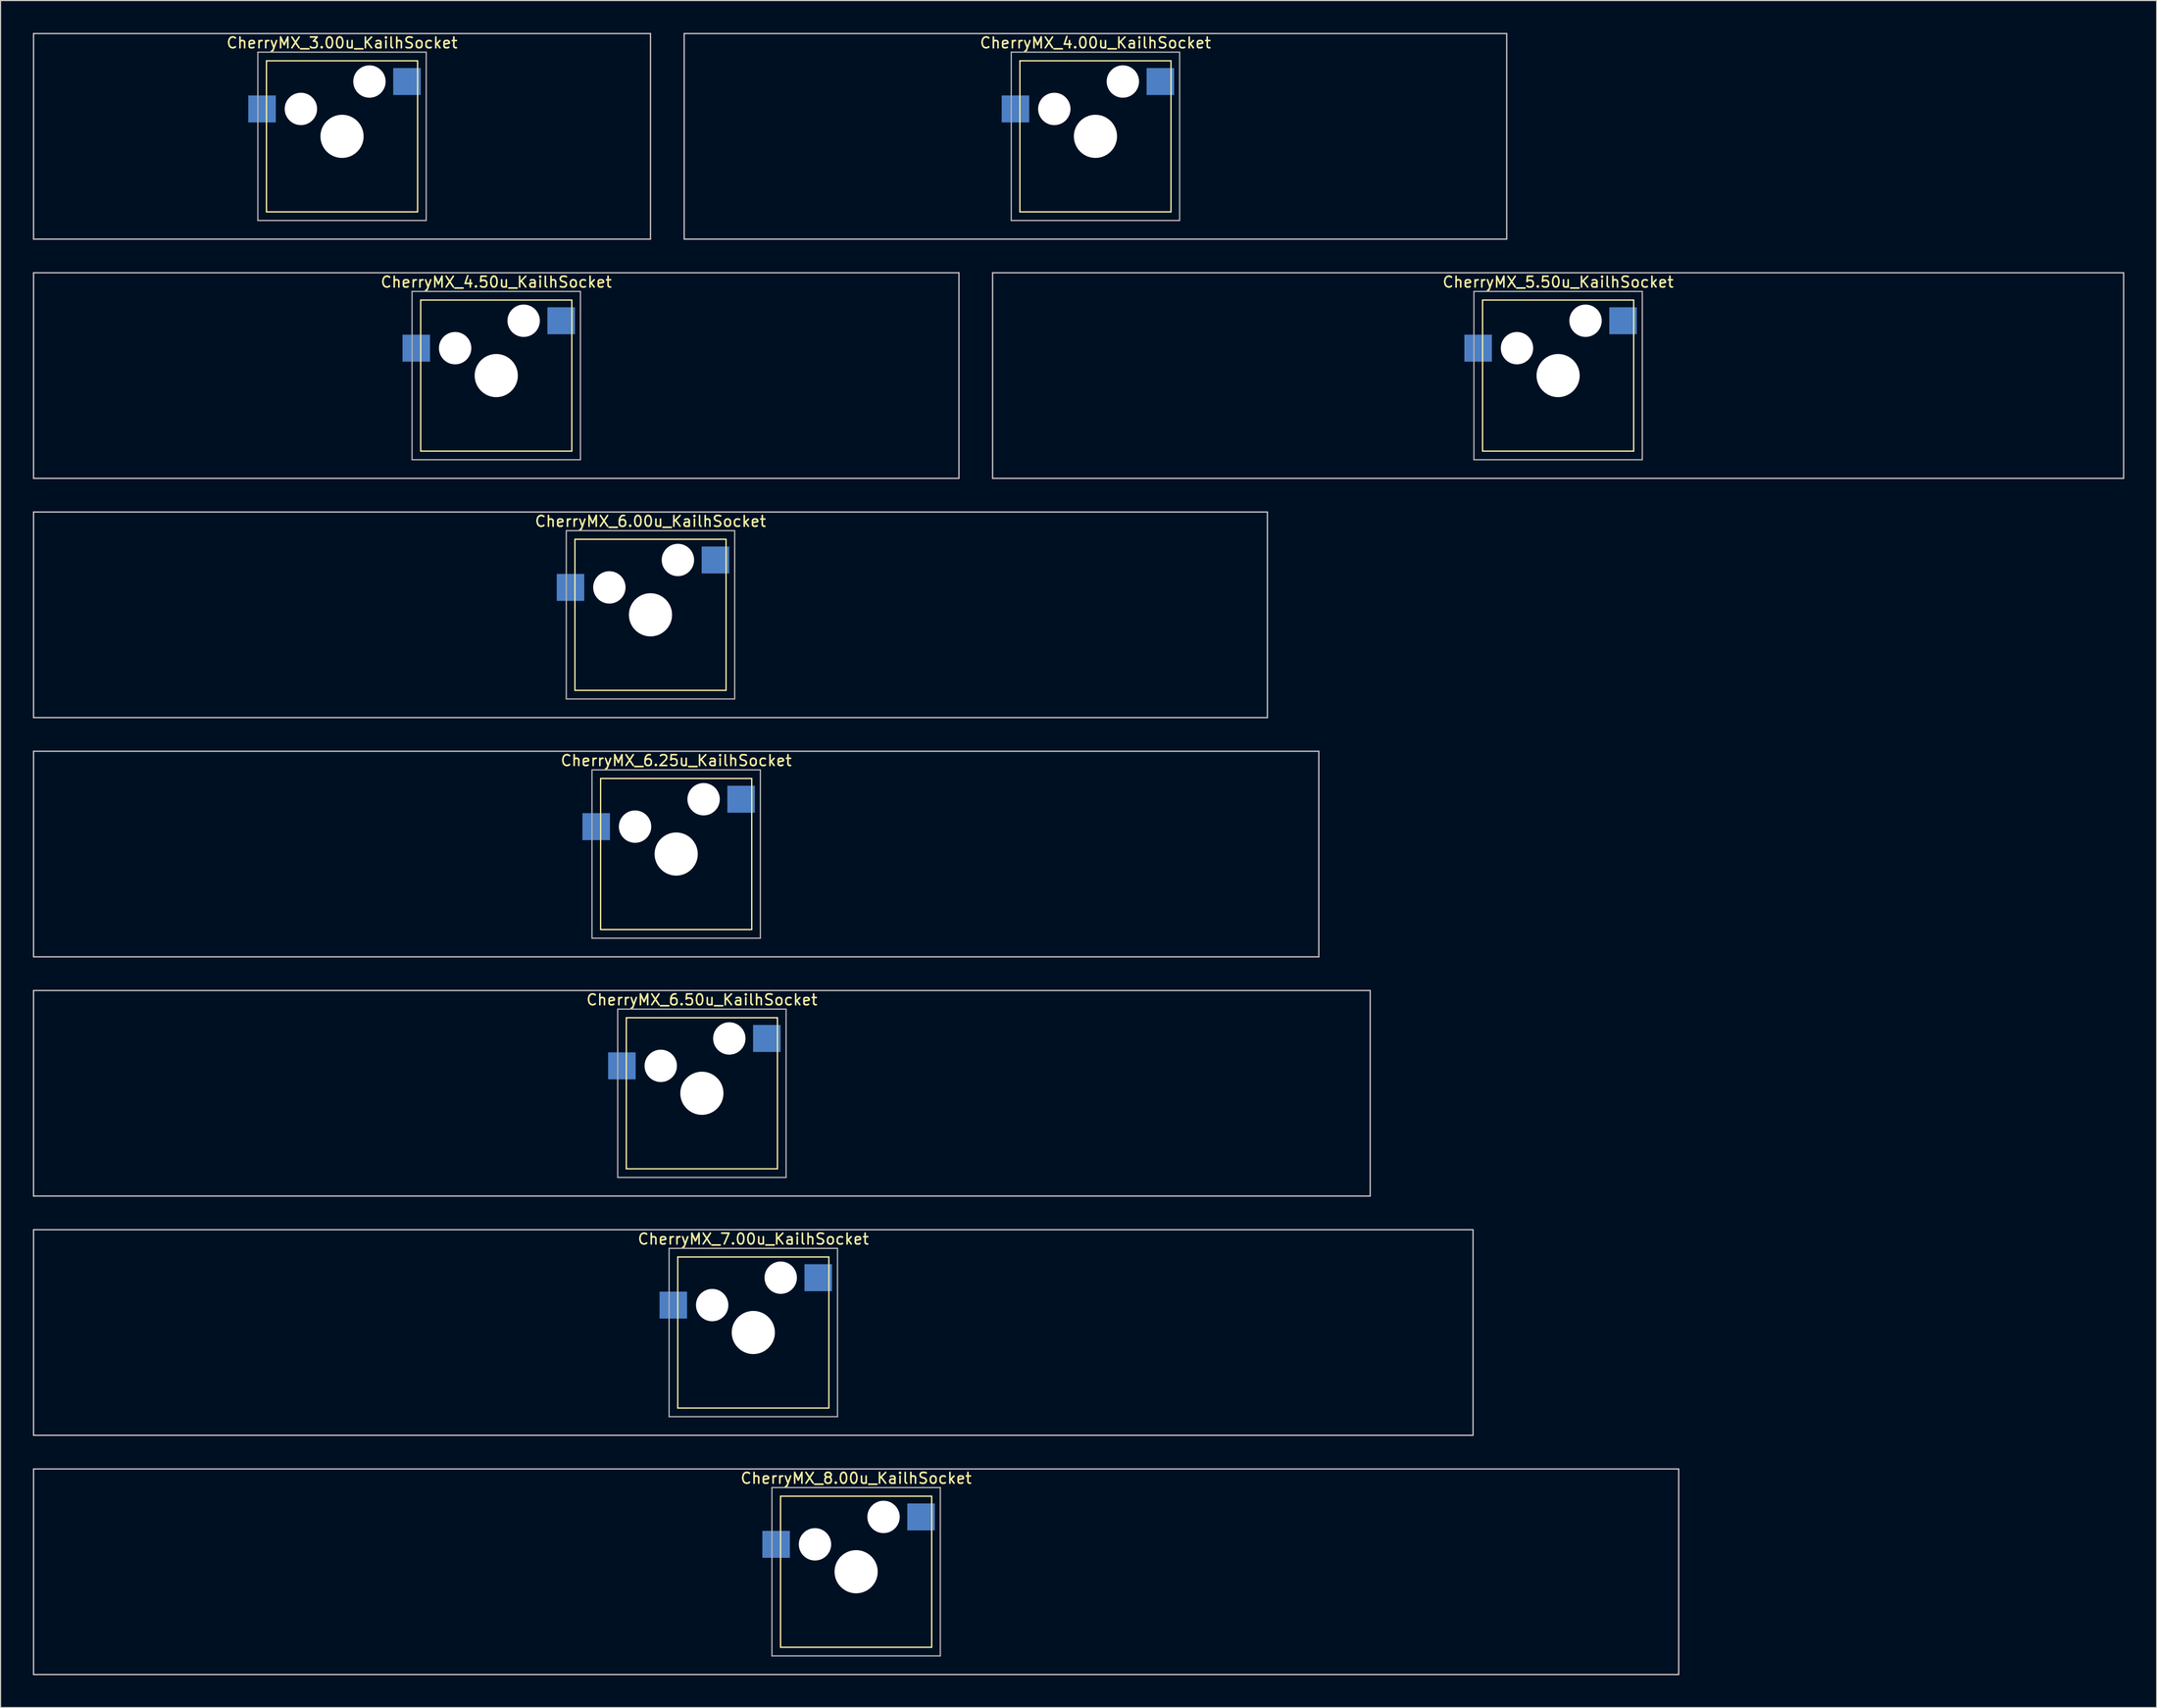
<source format=kicad_pcb>
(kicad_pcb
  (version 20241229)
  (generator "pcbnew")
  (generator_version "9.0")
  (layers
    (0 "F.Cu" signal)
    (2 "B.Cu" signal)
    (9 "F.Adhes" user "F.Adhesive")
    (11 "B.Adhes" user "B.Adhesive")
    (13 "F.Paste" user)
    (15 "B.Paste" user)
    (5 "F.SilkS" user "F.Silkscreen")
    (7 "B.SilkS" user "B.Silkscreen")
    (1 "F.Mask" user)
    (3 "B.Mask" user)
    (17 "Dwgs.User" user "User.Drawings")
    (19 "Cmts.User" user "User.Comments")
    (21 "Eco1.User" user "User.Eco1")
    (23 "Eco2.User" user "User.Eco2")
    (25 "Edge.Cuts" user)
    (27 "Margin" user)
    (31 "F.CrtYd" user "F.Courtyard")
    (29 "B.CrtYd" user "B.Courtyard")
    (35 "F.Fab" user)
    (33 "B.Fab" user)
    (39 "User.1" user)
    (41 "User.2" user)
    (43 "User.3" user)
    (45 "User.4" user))
  (footprint "CherryMX_4.00u_KailhSocket"
    (layer "F.Cu")
    (at 98.43 9.585)
    (property "Reference" "CherryMX_4.00u_KailhSocket" (at 0 -8.662 0) (layer "F.SilkS") (effects (font (size 1 1) (thickness 0.15))))
    (attr through_hole)
    (fp_line (start -7 -7) (end -7 7) (stroke (width 0.12) (type solid)) (layer "F.SilkS"))
    (fp_line (start -7 -7) (end 7 -7) (stroke (width 0.12) (type solid)) (layer "F.SilkS"))
    (fp_line (start 7 -7) (end 7 7) (stroke (width 0.12) (type solid)) (layer "F.SilkS"))
    (fp_line (start 7 7) (end -7 7) (stroke (width 0.12) (type solid)) (layer "F.SilkS"))
    (fp_line (start -38.1 -9.525) (end 38.1 -9.525) (stroke (width 0.12) (type solid)) (layer "Dwgs.User"))
    (fp_line (start -38.1 9.525) (end -38.1 -9.525) (stroke (width 0.12) (type solid)) (layer "Dwgs.User"))
    (fp_line (start 38.1 -9.525) (end 38.1 9.525) (stroke (width 0.12) (type solid)) (layer "Dwgs.User"))
    (fp_line (start 38.1 9.525) (end -38.1 9.525) (stroke (width 0.12) (type solid)) (layer "Dwgs.User"))
    (fp_line (start -7.8 -7.8) (end -7.8 7.8) (stroke (width 0.12) (type solid)) (layer "F.Fab"))
    (fp_line (start -7.8 -7.8) (end 7.8 -7.8) (stroke (width 0.12) (type solid)) (layer "F.Fab"))
    (fp_line (start -7.8 7.8) (end 7.8 7.8) (stroke (width 0.12) (type solid)) (layer "F.Fab"))
    (fp_line (start 7.8 -7.8) (end 7.8 7.8) (stroke (width 0.12) (type solid)) (layer "F.Fab"))
    (pad "" np_thru_hole circle (at -3.81 -2.54) (size 3 3) (drill 3) (layers "*.Cu" "*.Mask"))
    (pad "" np_thru_hole circle (at 0 0) (size 4 4) (drill 4) (layers "*.Cu" "*.Mask"))
    (pad "" np_thru_hole circle (at 2.54 -5.08) (size 3 3) (drill 3) (layers "*.Cu" "*.Mask"))
    (pad "1" smd rect (at -7.41 -2.54) (size 2.55 2.5) (layers "B.Cu" "B.Mask" "B.Paste"))
    (pad "2" smd rect (at 6.015 -5.08) (size 2.55 2.5) (layers "B.Cu" "B.Mask" "B.Paste")))
  (footprint "CherryMX_3.00u_KailhSocket"
    (layer "F.Cu")
    (at 28.635 9.585)
    (property "Reference" "CherryMX_3.00u_KailhSocket" (at 0 -8.662 0) (layer "F.SilkS") (effects (font (size 1 1) (thickness 0.15))))
    (attr through_hole)
    (fp_line (start -7 -7) (end -7 7) (stroke (width 0.12) (type solid)) (layer "F.SilkS"))
    (fp_line (start -7 -7) (end 7 -7) (stroke (width 0.12) (type solid)) (layer "F.SilkS"))
    (fp_line (start 7 -7) (end 7 7) (stroke (width 0.12) (type solid)) (layer "F.SilkS"))
    (fp_line (start 7 7) (end -7 7) (stroke (width 0.12) (type solid)) (layer "F.SilkS"))
    (fp_line (start -28.575 -9.525) (end 28.575 -9.525) (stroke (width 0.12) (type solid)) (layer "Dwgs.User"))
    (fp_line (start -28.575 9.525) (end -28.575 -9.525) (stroke (width 0.12) (type solid)) (layer "Dwgs.User"))
    (fp_line (start 28.575 -9.525) (end 28.575 9.525) (stroke (width 0.12) (type solid)) (layer "Dwgs.User"))
    (fp_line (start 28.575 9.525) (end -28.575 9.525) (stroke (width 0.12) (type solid)) (layer "Dwgs.User"))
    (fp_line (start -7.8 -7.8) (end -7.8 7.8) (stroke (width 0.12) (type solid)) (layer "F.Fab"))
    (fp_line (start -7.8 -7.8) (end 7.8 -7.8) (stroke (width 0.12) (type solid)) (layer "F.Fab"))
    (fp_line (start -7.8 7.8) (end 7.8 7.8) (stroke (width 0.12) (type solid)) (layer "F.Fab"))
    (fp_line (start 7.8 -7.8) (end 7.8 7.8) (stroke (width 0.12) (type solid)) (layer "F.Fab"))
    (pad "" np_thru_hole circle (at -3.81 -2.54) (size 3 3) (drill 3) (layers "*.Cu" "*.Mask"))
    (pad "" np_thru_hole circle (at 0 0) (size 4 4) (drill 4) (layers "*.Cu" "*.Mask"))
    (pad "" np_thru_hole circle (at 2.54 -5.08) (size 3 3) (drill 3) (layers "*.Cu" "*.Mask"))
    (pad "1" smd rect (at -7.41 -2.54) (size 2.55 2.5) (layers "B.Cu" "B.Mask" "B.Paste"))
    (pad "2" smd rect (at 6.015 -5.08) (size 2.55 2.5) (layers "B.Cu" "B.Mask" "B.Paste")))
  (footprint "CherryMX_4.50u_KailhSocket"
    (layer "F.Cu")
    (at 42.922 31.755)
    (property "Reference" "CherryMX_4.50u_KailhSocket" (at 0 -8.662 0) (layer "F.SilkS") (effects (font (size 1 1) (thickness 0.15))))
    (attr through_hole)
    (fp_line (start -7 -7) (end -7 7) (stroke (width 0.12) (type solid)) (layer "F.SilkS"))
    (fp_line (start -7 -7) (end 7 -7) (stroke (width 0.12) (type solid)) (layer "F.SilkS"))
    (fp_line (start 7 -7) (end 7 7) (stroke (width 0.12) (type solid)) (layer "F.SilkS"))
    (fp_line (start 7 7) (end -7 7) (stroke (width 0.12) (type solid)) (layer "F.SilkS"))
    (fp_line (start -42.862 -9.525) (end 42.862 -9.525) (stroke (width 0.12) (type solid)) (layer "Dwgs.User"))
    (fp_line (start -42.862 9.525) (end -42.862 -9.525) (stroke (width 0.12) (type solid)) (layer "Dwgs.User"))
    (fp_line (start 42.862 -9.525) (end 42.862 9.525) (stroke (width 0.12) (type solid)) (layer "Dwgs.User"))
    (fp_line (start 42.862 9.525) (end -42.862 9.525) (stroke (width 0.12) (type solid)) (layer "Dwgs.User"))
    (fp_line (start -7.8 -7.8) (end -7.8 7.8) (stroke (width 0.12) (type solid)) (layer "F.Fab"))
    (fp_line (start -7.8 -7.8) (end 7.8 -7.8) (stroke (width 0.12) (type solid)) (layer "F.Fab"))
    (fp_line (start -7.8 7.8) (end 7.8 7.8) (stroke (width 0.12) (type solid)) (layer "F.Fab"))
    (fp_line (start 7.8 -7.8) (end 7.8 7.8) (stroke (width 0.12) (type solid)) (layer "F.Fab"))
    (pad "" np_thru_hole circle (at -3.81 -2.54) (size 3 3) (drill 3) (layers "*.Cu" "*.Mask"))
    (pad "" np_thru_hole circle (at 0 0) (size 4 4) (drill 4) (layers "*.Cu" "*.Mask"))
    (pad "" np_thru_hole circle (at 2.54 -5.08) (size 3 3) (drill 3) (layers "*.Cu" "*.Mask"))
    (pad "1" smd rect (at -7.41 -2.54) (size 2.55 2.5) (layers "B.Cu" "B.Mask" "B.Paste"))
    (pad "2" smd rect (at 6.015 -5.08) (size 2.55 2.5) (layers "B.Cu" "B.Mask" "B.Paste")))
  (footprint "CherryMX_5.50u_KailhSocket"
    (layer "F.Cu")
    (at 141.292 31.755)
    (property "Reference" "CherryMX_5.50u_KailhSocket" (at 0 -8.662 0) (layer "F.SilkS") (effects (font (size 1 1) (thickness 0.15))))
    (attr through_hole)
    (fp_line (start -7 -7) (end -7 7) (stroke (width 0.12) (type solid)) (layer "F.SilkS"))
    (fp_line (start -7 -7) (end 7 -7) (stroke (width 0.12) (type solid)) (layer "F.SilkS"))
    (fp_line (start 7 -7) (end 7 7) (stroke (width 0.12) (type solid)) (layer "F.SilkS"))
    (fp_line (start 7 7) (end -7 7) (stroke (width 0.12) (type solid)) (layer "F.SilkS"))
    (fp_line (start -52.388 -9.525) (end 52.388 -9.525) (stroke (width 0.12) (type solid)) (layer "Dwgs.User"))
    (fp_line (start -52.388 9.525) (end -52.388 -9.525) (stroke (width 0.12) (type solid)) (layer "Dwgs.User"))
    (fp_line (start 52.388 -9.525) (end 52.388 9.525) (stroke (width 0.12) (type solid)) (layer "Dwgs.User"))
    (fp_line (start 52.388 9.525) (end -52.388 9.525) (stroke (width 0.12) (type solid)) (layer "Dwgs.User"))
    (fp_line (start -7.8 -7.8) (end -7.8 7.8) (stroke (width 0.12) (type solid)) (layer "F.Fab"))
    (fp_line (start -7.8 -7.8) (end 7.8 -7.8) (stroke (width 0.12) (type solid)) (layer "F.Fab"))
    (fp_line (start -7.8 7.8) (end 7.8 7.8) (stroke (width 0.12) (type solid)) (layer "F.Fab"))
    (fp_line (start 7.8 -7.8) (end 7.8 7.8) (stroke (width 0.12) (type solid)) (layer "F.Fab"))
    (pad "" np_thru_hole circle (at -3.81 -2.54) (size 3 3) (drill 3) (layers "*.Cu" "*.Mask"))
    (pad "" np_thru_hole circle (at 0 0) (size 4 4) (drill 4) (layers "*.Cu" "*.Mask"))
    (pad "" np_thru_hole circle (at 2.54 -5.08) (size 3 3) (drill 3) (layers "*.Cu" "*.Mask"))
    (pad "1" smd rect (at -7.41 -2.54) (size 2.55 2.5) (layers "B.Cu" "B.Mask" "B.Paste"))
    (pad "2" smd rect (at 6.015 -5.08) (size 2.55 2.5) (layers "B.Cu" "B.Mask" "B.Paste")))
  (footprint "CherryMX_6.50u_KailhSocket"
    (layer "F.Cu")
    (at 61.972 98.265)
    (property "Reference" "CherryMX_6.50u_KailhSocket" (at 0 -8.662 0) (layer "F.SilkS") (effects (font (size 1 1) (thickness 0.15))))
    (attr through_hole)
    (fp_line (start -7 -7) (end -7 7) (stroke (width 0.12) (type solid)) (layer "F.SilkS"))
    (fp_line (start -7 -7) (end 7 -7) (stroke (width 0.12) (type solid)) (layer "F.SilkS"))
    (fp_line (start 7 -7) (end 7 7) (stroke (width 0.12) (type solid)) (layer "F.SilkS"))
    (fp_line (start 7 7) (end -7 7) (stroke (width 0.12) (type solid)) (layer "F.SilkS"))
    (fp_line (start -61.913 -9.525) (end 61.913 -9.525) (stroke (width 0.12) (type solid)) (layer "Dwgs.User"))
    (fp_line (start -61.913 9.525) (end -61.913 -9.525) (stroke (width 0.12) (type solid)) (layer "Dwgs.User"))
    (fp_line (start 61.913 -9.525) (end 61.913 9.525) (stroke (width 0.12) (type solid)) (layer "Dwgs.User"))
    (fp_line (start 61.913 9.525) (end -61.913 9.525) (stroke (width 0.12) (type solid)) (layer "Dwgs.User"))
    (fp_line (start -7.8 -7.8) (end -7.8 7.8) (stroke (width 0.12) (type solid)) (layer "F.Fab"))
    (fp_line (start -7.8 -7.8) (end 7.8 -7.8) (stroke (width 0.12) (type solid)) (layer "F.Fab"))
    (fp_line (start -7.8 7.8) (end 7.8 7.8) (stroke (width 0.12) (type solid)) (layer "F.Fab"))
    (fp_line (start 7.8 -7.8) (end 7.8 7.8) (stroke (width 0.12) (type solid)) (layer "F.Fab"))
    (pad "" np_thru_hole circle (at -3.81 -2.54) (size 3 3) (drill 3) (layers "*.Cu" "*.Mask"))
    (pad "" np_thru_hole circle (at 0 0) (size 4 4) (drill 4) (layers "*.Cu" "*.Mask"))
    (pad "" np_thru_hole circle (at 2.54 -5.08) (size 3 3) (drill 3) (layers "*.Cu" "*.Mask"))
    (pad "1" smd rect (at -7.41 -2.54) (size 2.55 2.5) (layers "B.Cu" "B.Mask" "B.Paste"))
    (pad "2" smd rect (at 6.015 -5.08) (size 2.55 2.5) (layers "B.Cu" "B.Mask" "B.Paste")))
  (footprint "CherryMX_8.00u_KailhSocket"
    (layer "F.Cu")
    (at 76.26 142.605)
    (property "Reference" "CherryMX_8.00u_KailhSocket" (at 0 -8.662 0) (layer "F.SilkS") (effects (font (size 1 1) (thickness 0.15))))
    (attr through_hole)
    (fp_line (start -7 -7) (end -7 7) (stroke (width 0.12) (type solid)) (layer "F.SilkS"))
    (fp_line (start -7 -7) (end 7 -7) (stroke (width 0.12) (type solid)) (layer "F.SilkS"))
    (fp_line (start 7 -7) (end 7 7) (stroke (width 0.12) (type solid)) (layer "F.SilkS"))
    (fp_line (start 7 7) (end -7 7) (stroke (width 0.12) (type solid)) (layer "F.SilkS"))
    (fp_line (start -76.2 -9.525) (end 76.2 -9.525) (stroke (width 0.12) (type solid)) (layer "Dwgs.User"))
    (fp_line (start -76.2 9.525) (end -76.2 -9.525) (stroke (width 0.12) (type solid)) (layer "Dwgs.User"))
    (fp_line (start 76.2 -9.525) (end 76.2 9.525) (stroke (width 0.12) (type solid)) (layer "Dwgs.User"))
    (fp_line (start 76.2 9.525) (end -76.2 9.525) (stroke (width 0.12) (type solid)) (layer "Dwgs.User"))
    (fp_line (start -7.8 -7.8) (end -7.8 7.8) (stroke (width 0.12) (type solid)) (layer "F.Fab"))
    (fp_line (start -7.8 -7.8) (end 7.8 -7.8) (stroke (width 0.12) (type solid)) (layer "F.Fab"))
    (fp_line (start -7.8 7.8) (end 7.8 7.8) (stroke (width 0.12) (type solid)) (layer "F.Fab"))
    (fp_line (start 7.8 -7.8) (end 7.8 7.8) (stroke (width 0.12) (type solid)) (layer "F.Fab"))
    (pad "" np_thru_hole circle (at -3.81 -2.54) (size 3 3) (drill 3) (layers "*.Cu" "*.Mask"))
    (pad "" np_thru_hole circle (at 0 0) (size 4 4) (drill 4) (layers "*.Cu" "*.Mask"))
    (pad "" np_thru_hole circle (at 2.54 -5.08) (size 3 3) (drill 3) (layers "*.Cu" "*.Mask"))
    (pad "1" smd rect (at -7.41 -2.54) (size 2.55 2.5) (layers "B.Cu" "B.Mask" "B.Paste"))
    (pad "2" smd rect (at 6.015 -5.08) (size 2.55 2.5) (layers "B.Cu" "B.Mask" "B.Paste")))
  (footprint "CherryMX_6.25u_KailhSocket"
    (layer "F.Cu")
    (at 59.591 76.095)
    (property "Reference" "CherryMX_6.25u_KailhSocket" (at 0 -8.662 0) (layer "F.SilkS") (effects (font (size 1 1) (thickness 0.15))))
    (attr through_hole)
    (fp_line (start -7 -7) (end -7 7) (stroke (width 0.12) (type solid)) (layer "F.SilkS"))
    (fp_line (start -7 -7) (end 7 -7) (stroke (width 0.12) (type solid)) (layer "F.SilkS"))
    (fp_line (start 7 -7) (end 7 7) (stroke (width 0.12) (type solid)) (layer "F.SilkS"))
    (fp_line (start 7 7) (end -7 7) (stroke (width 0.12) (type solid)) (layer "F.SilkS"))
    (fp_line (start -59.531 -9.525) (end 59.531 -9.525) (stroke (width 0.12) (type solid)) (layer "Dwgs.User"))
    (fp_line (start -59.531 9.525) (end -59.531 -9.525) (stroke (width 0.12) (type solid)) (layer "Dwgs.User"))
    (fp_line (start 59.531 -9.525) (end 59.531 9.525) (stroke (width 0.12) (type solid)) (layer "Dwgs.User"))
    (fp_line (start 59.531 9.525) (end -59.531 9.525) (stroke (width 0.12) (type solid)) (layer "Dwgs.User"))
    (fp_line (start -7.8 -7.8) (end -7.8 7.8) (stroke (width 0.12) (type solid)) (layer "F.Fab"))
    (fp_line (start -7.8 -7.8) (end 7.8 -7.8) (stroke (width 0.12) (type solid)) (layer "F.Fab"))
    (fp_line (start -7.8 7.8) (end 7.8 7.8) (stroke (width 0.12) (type solid)) (layer "F.Fab"))
    (fp_line (start 7.8 -7.8) (end 7.8 7.8) (stroke (width 0.12) (type solid)) (layer "F.Fab"))
    (pad "" np_thru_hole circle (at -3.81 -2.54) (size 3 3) (drill 3) (layers "*.Cu" "*.Mask"))
    (pad "" np_thru_hole circle (at 0 0) (size 4 4) (drill 4) (layers "*.Cu" "*.Mask"))
    (pad "" np_thru_hole circle (at 2.54 -5.08) (size 3 3) (drill 3) (layers "*.Cu" "*.Mask"))
    (pad "1" smd rect (at -7.41 -2.54) (size 2.55 2.5) (layers "B.Cu" "B.Mask" "B.Paste"))
    (pad "2" smd rect (at 6.015 -5.08) (size 2.55 2.5) (layers "B.Cu" "B.Mask" "B.Paste")))
  (footprint "CherryMX_7.00u_KailhSocket"
    (layer "F.Cu")
    (at 66.735 120.435)
    (property "Reference" "CherryMX_7.00u_KailhSocket" (at 0 -8.662 0) (layer "F.SilkS") (effects (font (size 1 1) (thickness 0.15))))
    (attr through_hole)
    (fp_line (start -7 -7) (end -7 7) (stroke (width 0.12) (type solid)) (layer "F.SilkS"))
    (fp_line (start -7 -7) (end 7 -7) (stroke (width 0.12) (type solid)) (layer "F.SilkS"))
    (fp_line (start 7 -7) (end 7 7) (stroke (width 0.12) (type solid)) (layer "F.SilkS"))
    (fp_line (start 7 7) (end -7 7) (stroke (width 0.12) (type solid)) (layer "F.SilkS"))
    (fp_line (start -66.675 -9.525) (end 66.675 -9.525) (stroke (width 0.12) (type solid)) (layer "Dwgs.User"))
    (fp_line (start -66.675 9.525) (end -66.675 -9.525) (stroke (width 0.12) (type solid)) (layer "Dwgs.User"))
    (fp_line (start 66.675 -9.525) (end 66.675 9.525) (stroke (width 0.12) (type solid)) (layer "Dwgs.User"))
    (fp_line (start 66.675 9.525) (end -66.675 9.525) (stroke (width 0.12) (type solid)) (layer "Dwgs.User"))
    (fp_line (start -7.8 -7.8) (end -7.8 7.8) (stroke (width 0.12) (type solid)) (layer "F.Fab"))
    (fp_line (start -7.8 -7.8) (end 7.8 -7.8) (stroke (width 0.12) (type solid)) (layer "F.Fab"))
    (fp_line (start -7.8 7.8) (end 7.8 7.8) (stroke (width 0.12) (type solid)) (layer "F.Fab"))
    (fp_line (start 7.8 -7.8) (end 7.8 7.8) (stroke (width 0.12) (type solid)) (layer "F.Fab"))
    (pad "" np_thru_hole circle (at -3.81 -2.54) (size 3 3) (drill 3) (layers "*.Cu" "*.Mask"))
    (pad "" np_thru_hole circle (at 0 0) (size 4 4) (drill 4) (layers "*.Cu" "*.Mask"))
    (pad "" np_thru_hole circle (at 2.54 -5.08) (size 3 3) (drill 3) (layers "*.Cu" "*.Mask"))
    (pad "1" smd rect (at -7.41 -2.54) (size 2.55 2.5) (layers "B.Cu" "B.Mask" "B.Paste"))
    (pad "2" smd rect (at 6.015 -5.08) (size 2.55 2.5) (layers "B.Cu" "B.Mask" "B.Paste")))
  (footprint "CherryMX_6.00u_KailhSocket"
    (layer "F.Cu")
    (at 57.21 53.925)
    (property "Reference" "CherryMX_6.00u_KailhSocket" (at 0 -8.662 0) (layer "F.SilkS") (effects (font (size 1 1) (thickness 0.15))))
    (attr through_hole)
    (fp_line (start -7 -7) (end -7 7) (stroke (width 0.12) (type solid)) (layer "F.SilkS"))
    (fp_line (start -7 -7) (end 7 -7) (stroke (width 0.12) (type solid)) (layer "F.SilkS"))
    (fp_line (start 7 -7) (end 7 7) (stroke (width 0.12) (type solid)) (layer "F.SilkS"))
    (fp_line (start 7 7) (end -7 7) (stroke (width 0.12) (type solid)) (layer "F.SilkS"))
    (fp_line (start -57.15 -9.525) (end 57.15 -9.525) (stroke (width 0.12) (type solid)) (layer "Dwgs.User"))
    (fp_line (start -57.15 9.525) (end -57.15 -9.525) (stroke (width 0.12) (type solid)) (layer "Dwgs.User"))
    (fp_line (start 57.15 -9.525) (end 57.15 9.525) (stroke (width 0.12) (type solid)) (layer "Dwgs.User"))
    (fp_line (start 57.15 9.525) (end -57.15 9.525) (stroke (width 0.12) (type solid)) (layer "Dwgs.User"))
    (fp_line (start -7.8 -7.8) (end -7.8 7.8) (stroke (width 0.12) (type solid)) (layer "F.Fab"))
    (fp_line (start -7.8 -7.8) (end 7.8 -7.8) (stroke (width 0.12) (type solid)) (layer "F.Fab"))
    (fp_line (start -7.8 7.8) (end 7.8 7.8) (stroke (width 0.12) (type solid)) (layer "F.Fab"))
    (fp_line (start 7.8 -7.8) (end 7.8 7.8) (stroke (width 0.12) (type solid)) (layer "F.Fab"))
    (pad "" np_thru_hole circle (at -3.81 -2.54) (size 3 3) (drill 3) (layers "*.Cu" "*.Mask"))
    (pad "" np_thru_hole circle (at 0 0) (size 4 4) (drill 4) (layers "*.Cu" "*.Mask"))
    (pad "" np_thru_hole circle (at 2.54 -5.08) (size 3 3) (drill 3) (layers "*.Cu" "*.Mask"))
    (pad "1" smd rect (at -7.41 -2.54) (size 2.55 2.5) (layers "B.Cu" "B.Mask" "B.Paste"))
    (pad "2" smd rect (at 6.015 -5.08) (size 2.55 2.5) (layers "B.Cu" "B.Mask" "B.Paste")))
  (gr_rect
    (start -3 -3)
    (end 196.74 155.19)
    (stroke (width 0.1) (type default))
    (fill no)
    (layer "Edge.Cuts")))
</source>
